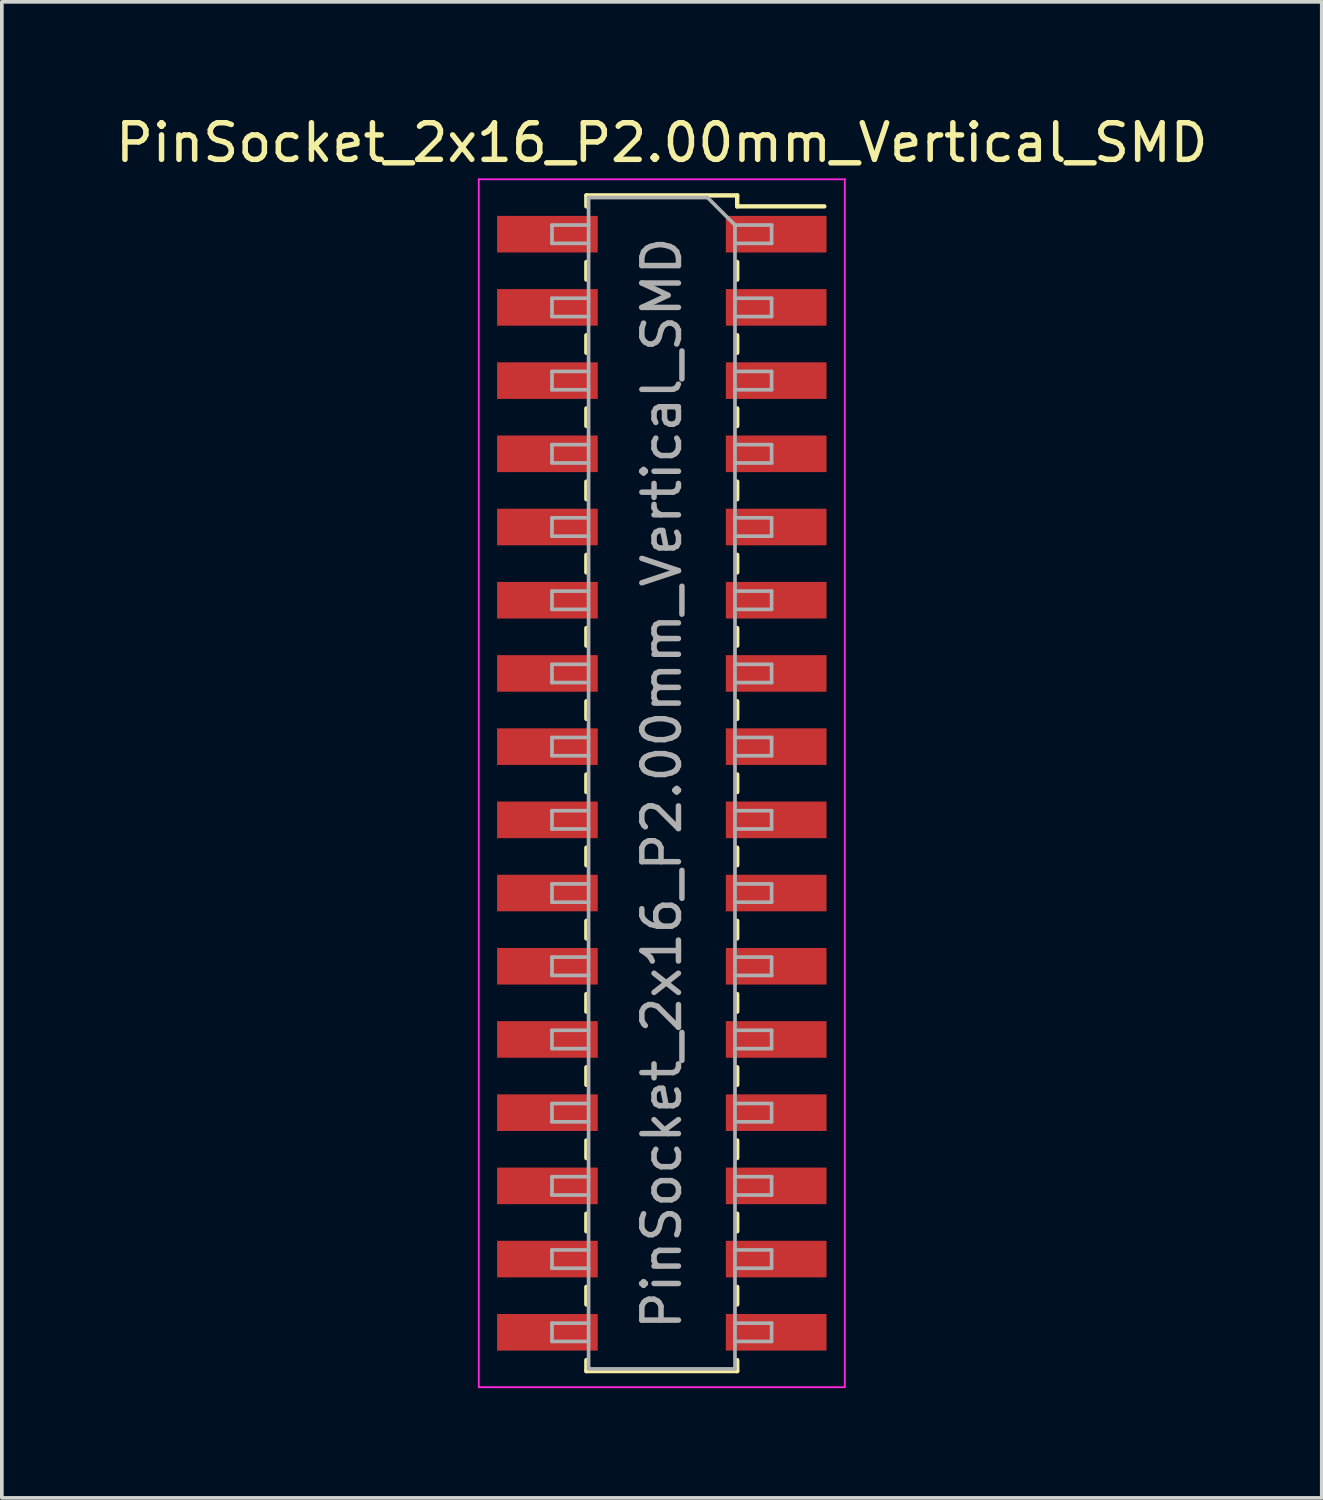
<source format=kicad_pcb>
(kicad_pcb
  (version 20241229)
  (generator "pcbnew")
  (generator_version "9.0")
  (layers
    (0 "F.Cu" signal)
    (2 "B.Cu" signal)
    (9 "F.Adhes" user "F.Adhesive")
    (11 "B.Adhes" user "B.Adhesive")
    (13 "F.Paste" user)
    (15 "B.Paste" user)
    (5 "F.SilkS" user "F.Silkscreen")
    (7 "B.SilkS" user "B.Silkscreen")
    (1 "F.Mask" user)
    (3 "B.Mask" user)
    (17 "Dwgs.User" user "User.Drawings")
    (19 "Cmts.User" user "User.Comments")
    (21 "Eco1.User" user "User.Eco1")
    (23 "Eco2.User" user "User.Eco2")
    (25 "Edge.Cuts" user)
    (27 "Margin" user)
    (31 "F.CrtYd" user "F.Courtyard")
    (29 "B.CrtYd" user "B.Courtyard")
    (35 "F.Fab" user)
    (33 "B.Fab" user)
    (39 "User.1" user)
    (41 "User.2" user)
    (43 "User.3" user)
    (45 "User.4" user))
  (footprint "PinSocket_2x16_P2.00mm_Vertical_SMD"
    (layer "F.Cu")
    (at 15.03 18.348)
    (property "Reference" "PinSocket_2x16_P2.00mm_Vertical_SMD" (at 0 -17.5 0) (layer "F.SilkS") (effects (font (size 1 1) (thickness 0.15))))
    (attr smd)
    (fp_line (start -2.06 -16.06) (end -2.06 -15.76) (stroke (width 0.12) (type solid)) (layer "F.SilkS"))
    (fp_line (start -2.06 -16.06) (end 2.06 -16.06) (stroke (width 0.12) (type solid)) (layer "F.SilkS"))
    (fp_line (start -2.06 -14.24) (end -2.06 -13.76) (stroke (width 0.12) (type solid)) (layer "F.SilkS"))
    (fp_line (start -2.06 -12.24) (end -2.06 -11.76) (stroke (width 0.12) (type solid)) (layer "F.SilkS"))
    (fp_line (start -2.06 -10.24) (end -2.06 -9.76) (stroke (width 0.12) (type solid)) (layer "F.SilkS"))
    (fp_line (start -2.06 -8.24) (end -2.06 -7.76) (stroke (width 0.12) (type solid)) (layer "F.SilkS"))
    (fp_line (start -2.06 -6.24) (end -2.06 -5.76) (stroke (width 0.12) (type solid)) (layer "F.SilkS"))
    (fp_line (start -2.06 -4.24) (end -2.06 -3.76) (stroke (width 0.12) (type solid)) (layer "F.SilkS"))
    (fp_line (start -2.06 -2.24) (end -2.06 -1.76) (stroke (width 0.12) (type solid)) (layer "F.SilkS"))
    (fp_line (start -2.06 -0.24) (end -2.06 0.24) (stroke (width 0.12) (type solid)) (layer "F.SilkS"))
    (fp_line (start -2.06 1.76) (end -2.06 2.24) (stroke (width 0.12) (type solid)) (layer "F.SilkS"))
    (fp_line (start -2.06 3.76) (end -2.06 4.24) (stroke (width 0.12) (type solid)) (layer "F.SilkS"))
    (fp_line (start -2.06 5.76) (end -2.06 6.24) (stroke (width 0.12) (type solid)) (layer "F.SilkS"))
    (fp_line (start -2.06 7.76) (end -2.06 8.24) (stroke (width 0.12) (type solid)) (layer "F.SilkS"))
    (fp_line (start -2.06 9.76) (end -2.06 10.24) (stroke (width 0.12) (type solid)) (layer "F.SilkS"))
    (fp_line (start -2.06 11.76) (end -2.06 12.24) (stroke (width 0.12) (type solid)) (layer "F.SilkS"))
    (fp_line (start -2.06 13.76) (end -2.06 14.24) (stroke (width 0.12) (type solid)) (layer "F.SilkS"))
    (fp_line (start -2.06 15.76) (end -2.06 16.06) (stroke (width 0.12) (type solid)) (layer "F.SilkS"))
    (fp_line (start -2.06 16.06) (end 2.06 16.06) (stroke (width 0.12) (type solid)) (layer "F.SilkS"))
    (fp_line (start 2.06 -16.06) (end 2.06 -15.76) (stroke (width 0.12) (type solid)) (layer "F.SilkS"))
    (fp_line (start 2.06 -15.76) (end 4.44 -15.76) (stroke (width 0.12) (type solid)) (layer "F.SilkS"))
    (fp_line (start 2.06 -14.24) (end 2.06 -13.76) (stroke (width 0.12) (type solid)) (layer "F.SilkS"))
    (fp_line (start 2.06 -12.24) (end 2.06 -11.76) (stroke (width 0.12) (type solid)) (layer "F.SilkS"))
    (fp_line (start 2.06 -10.24) (end 2.06 -9.76) (stroke (width 0.12) (type solid)) (layer "F.SilkS"))
    (fp_line (start 2.06 -8.24) (end 2.06 -7.76) (stroke (width 0.12) (type solid)) (layer "F.SilkS"))
    (fp_line (start 2.06 -6.24) (end 2.06 -5.76) (stroke (width 0.12) (type solid)) (layer "F.SilkS"))
    (fp_line (start 2.06 -4.24) (end 2.06 -3.76) (stroke (width 0.12) (type solid)) (layer "F.SilkS"))
    (fp_line (start 2.06 -2.24) (end 2.06 -1.76) (stroke (width 0.12) (type solid)) (layer "F.SilkS"))
    (fp_line (start 2.06 -0.24) (end 2.06 0.24) (stroke (width 0.12) (type solid)) (layer "F.SilkS"))
    (fp_line (start 2.06 1.76) (end 2.06 2.24) (stroke (width 0.12) (type solid)) (layer "F.SilkS"))
    (fp_line (start 2.06 3.76) (end 2.06 4.24) (stroke (width 0.12) (type solid)) (layer "F.SilkS"))
    (fp_line (start 2.06 5.76) (end 2.06 6.24) (stroke (width 0.12) (type solid)) (layer "F.SilkS"))
    (fp_line (start 2.06 7.76) (end 2.06 8.24) (stroke (width 0.12) (type solid)) (layer "F.SilkS"))
    (fp_line (start 2.06 9.76) (end 2.06 10.24) (stroke (width 0.12) (type solid)) (layer "F.SilkS"))
    (fp_line (start 2.06 11.76) (end 2.06 12.24) (stroke (width 0.12) (type solid)) (layer "F.SilkS"))
    (fp_line (start 2.06 13.76) (end 2.06 14.24) (stroke (width 0.12) (type solid)) (layer "F.SilkS"))
    (fp_line (start 2.06 15.76) (end 2.06 16.06) (stroke (width 0.12) (type solid)) (layer "F.SilkS"))
    (fp_line (start -5 -16.5) (end 5 -16.5) (stroke (width 0.05) (type solid)) (layer "F.CrtYd"))
    (fp_line (start -5 16.5) (end -5 -16.5) (stroke (width 0.05) (type solid)) (layer "F.CrtYd"))
    (fp_line (start 5 -16.5) (end 5 16.5) (stroke (width 0.05) (type solid)) (layer "F.CrtYd"))
    (fp_line (start 5 16.5) (end -5 16.5) (stroke (width 0.05) (type solid)) (layer "F.CrtYd"))
    (fp_line (start -3 -15.25) (end -2 -15.25) (stroke (width 0.1) (type solid)) (layer "F.Fab"))
    (fp_line (start -3 -14.75) (end -3 -15.25) (stroke (width 0.1) (type solid)) (layer "F.Fab"))
    (fp_line (start -3 -13.25) (end -2 -13.25) (stroke (width 0.1) (type solid)) (layer "F.Fab"))
    (fp_line (start -3 -12.75) (end -3 -13.25) (stroke (width 0.1) (type solid)) (layer "F.Fab"))
    (fp_line (start -3 -11.25) (end -2 -11.25) (stroke (width 0.1) (type solid)) (layer "F.Fab"))
    (fp_line (start -3 -10.75) (end -3 -11.25) (stroke (width 0.1) (type solid)) (layer "F.Fab"))
    (fp_line (start -3 -9.25) (end -2 -9.25) (stroke (width 0.1) (type solid)) (layer "F.Fab"))
    (fp_line (start -3 -8.75) (end -3 -9.25) (stroke (width 0.1) (type solid)) (layer "F.Fab"))
    (fp_line (start -3 -7.25) (end -2 -7.25) (stroke (width 0.1) (type solid)) (layer "F.Fab"))
    (fp_line (start -3 -6.75) (end -3 -7.25) (stroke (width 0.1) (type solid)) (layer "F.Fab"))
    (fp_line (start -3 -5.25) (end -2 -5.25) (stroke (width 0.1) (type solid)) (layer "F.Fab"))
    (fp_line (start -3 -4.75) (end -3 -5.25) (stroke (width 0.1) (type solid)) (layer "F.Fab"))
    (fp_line (start -3 -3.25) (end -2 -3.25) (stroke (width 0.1) (type solid)) (layer "F.Fab"))
    (fp_line (start -3 -2.75) (end -3 -3.25) (stroke (width 0.1) (type solid)) (layer "F.Fab"))
    (fp_line (start -3 -1.25) (end -2 -1.25) (stroke (width 0.1) (type solid)) (layer "F.Fab"))
    (fp_line (start -3 -0.75) (end -3 -1.25) (stroke (width 0.1) (type solid)) (layer "F.Fab"))
    (fp_line (start -3 0.75) (end -2 0.75) (stroke (width 0.1) (type solid)) (layer "F.Fab"))
    (fp_line (start -3 1.25) (end -3 0.75) (stroke (width 0.1) (type solid)) (layer "F.Fab"))
    (fp_line (start -3 2.75) (end -2 2.75) (stroke (width 0.1) (type solid)) (layer "F.Fab"))
    (fp_line (start -3 3.25) (end -3 2.75) (stroke (width 0.1) (type solid)) (layer "F.Fab"))
    (fp_line (start -3 4.75) (end -2 4.75) (stroke (width 0.1) (type solid)) (layer "F.Fab"))
    (fp_line (start -3 5.25) (end -3 4.75) (stroke (width 0.1) (type solid)) (layer "F.Fab"))
    (fp_line (start -3 6.75) (end -2 6.75) (stroke (width 0.1) (type solid)) (layer "F.Fab"))
    (fp_line (start -3 7.25) (end -3 6.75) (stroke (width 0.1) (type solid)) (layer "F.Fab"))
    (fp_line (start -3 8.75) (end -2 8.75) (stroke (width 0.1) (type solid)) (layer "F.Fab"))
    (fp_line (start -3 9.25) (end -3 8.75) (stroke (width 0.1) (type solid)) (layer "F.Fab"))
    (fp_line (start -3 10.75) (end -2 10.75) (stroke (width 0.1) (type solid)) (layer "F.Fab"))
    (fp_line (start -3 11.25) (end -3 10.75) (stroke (width 0.1) (type solid)) (layer "F.Fab"))
    (fp_line (start -3 12.75) (end -2 12.75) (stroke (width 0.1) (type solid)) (layer "F.Fab"))
    (fp_line (start -3 13.25) (end -3 12.75) (stroke (width 0.1) (type solid)) (layer "F.Fab"))
    (fp_line (start -3 14.75) (end -2 14.75) (stroke (width 0.1) (type solid)) (layer "F.Fab"))
    (fp_line (start -3 15.25) (end -3 14.75) (stroke (width 0.1) (type solid)) (layer "F.Fab"))
    (fp_line (start -2 -16) (end 1.25 -16) (stroke (width 0.1) (type solid)) (layer "F.Fab"))
    (fp_line (start -2 -14.75) (end -3 -14.75) (stroke (width 0.1) (type solid)) (layer "F.Fab"))
    (fp_line (start -2 -12.75) (end -3 -12.75) (stroke (width 0.1) (type solid)) (layer "F.Fab"))
    (fp_line (start -2 -10.75) (end -3 -10.75) (stroke (width 0.1) (type solid)) (layer "F.Fab"))
    (fp_line (start -2 -8.75) (end -3 -8.75) (stroke (width 0.1) (type solid)) (layer "F.Fab"))
    (fp_line (start -2 -6.75) (end -3 -6.75) (stroke (width 0.1) (type solid)) (layer "F.Fab"))
    (fp_line (start -2 -4.75) (end -3 -4.75) (stroke (width 0.1) (type solid)) (layer "F.Fab"))
    (fp_line (start -2 -2.75) (end -3 -2.75) (stroke (width 0.1) (type solid)) (layer "F.Fab"))
    (fp_line (start -2 -0.75) (end -3 -0.75) (stroke (width 0.1) (type solid)) (layer "F.Fab"))
    (fp_line (start -2 1.25) (end -3 1.25) (stroke (width 0.1) (type solid)) (layer "F.Fab"))
    (fp_line (start -2 3.25) (end -3 3.25) (stroke (width 0.1) (type solid)) (layer "F.Fab"))
    (fp_line (start -2 5.25) (end -3 5.25) (stroke (width 0.1) (type solid)) (layer "F.Fab"))
    (fp_line (start -2 7.25) (end -3 7.25) (stroke (width 0.1) (type solid)) (layer "F.Fab"))
    (fp_line (start -2 9.25) (end -3 9.25) (stroke (width 0.1) (type solid)) (layer "F.Fab"))
    (fp_line (start -2 11.25) (end -3 11.25) (stroke (width 0.1) (type solid)) (layer "F.Fab"))
    (fp_line (start -2 13.25) (end -3 13.25) (stroke (width 0.1) (type solid)) (layer "F.Fab"))
    (fp_line (start -2 15.25) (end -3 15.25) (stroke (width 0.1) (type solid)) (layer "F.Fab"))
    (fp_line (start -2 16) (end -2 -16) (stroke (width 0.1) (type solid)) (layer "F.Fab"))
    (fp_line (start 1.25 -16) (end 2 -15.25) (stroke (width 0.1) (type solid)) (layer "F.Fab"))
    (fp_line (start 2 -15.25) (end 2 16) (stroke (width 0.1) (type solid)) (layer "F.Fab"))
    (fp_line (start 2 -15.25) (end 3 -15.25) (stroke (width 0.1) (type solid)) (layer "F.Fab"))
    (fp_line (start 2 -13.25) (end 3 -13.25) (stroke (width 0.1) (type solid)) (layer "F.Fab"))
    (fp_line (start 2 -11.25) (end 3 -11.25) (stroke (width 0.1) (type solid)) (layer "F.Fab"))
    (fp_line (start 2 -9.25) (end 3 -9.25) (stroke (width 0.1) (type solid)) (layer "F.Fab"))
    (fp_line (start 2 -7.25) (end 3 -7.25) (stroke (width 0.1) (type solid)) (layer "F.Fab"))
    (fp_line (start 2 -5.25) (end 3 -5.25) (stroke (width 0.1) (type solid)) (layer "F.Fab"))
    (fp_line (start 2 -3.25) (end 3 -3.25) (stroke (width 0.1) (type solid)) (layer "F.Fab"))
    (fp_line (start 2 -1.25) (end 3 -1.25) (stroke (width 0.1) (type solid)) (layer "F.Fab"))
    (fp_line (start 2 0.75) (end 3 0.75) (stroke (width 0.1) (type solid)) (layer "F.Fab"))
    (fp_line (start 2 2.75) (end 3 2.75) (stroke (width 0.1) (type solid)) (layer "F.Fab"))
    (fp_line (start 2 4.75) (end 3 4.75) (stroke (width 0.1) (type solid)) (layer "F.Fab"))
    (fp_line (start 2 6.75) (end 3 6.75) (stroke (width 0.1) (type solid)) (layer "F.Fab"))
    (fp_line (start 2 8.75) (end 3 8.75) (stroke (width 0.1) (type solid)) (layer "F.Fab"))
    (fp_line (start 2 10.75) (end 3 10.75) (stroke (width 0.1) (type solid)) (layer "F.Fab"))
    (fp_line (start 2 12.75) (end 3 12.75) (stroke (width 0.1) (type solid)) (layer "F.Fab"))
    (fp_line (start 2 14.75) (end 3 14.75) (stroke (width 0.1) (type solid)) (layer "F.Fab"))
    (fp_line (start 2 16) (end -2 16) (stroke (width 0.1) (type solid)) (layer "F.Fab"))
    (fp_line (start 3 -15.25) (end 3 -14.75) (stroke (width 0.1) (type solid)) (layer "F.Fab"))
    (fp_line (start 3 -14.75) (end 2 -14.75) (stroke (width 0.1) (type solid)) (layer "F.Fab"))
    (fp_line (start 3 -13.25) (end 3 -12.75) (stroke (width 0.1) (type solid)) (layer "F.Fab"))
    (fp_line (start 3 -12.75) (end 2 -12.75) (stroke (width 0.1) (type solid)) (layer "F.Fab"))
    (fp_line (start 3 -11.25) (end 3 -10.75) (stroke (width 0.1) (type solid)) (layer "F.Fab"))
    (fp_line (start 3 -10.75) (end 2 -10.75) (stroke (width 0.1) (type solid)) (layer "F.Fab"))
    (fp_line (start 3 -9.25) (end 3 -8.75) (stroke (width 0.1) (type solid)) (layer "F.Fab"))
    (fp_line (start 3 -8.75) (end 2 -8.75) (stroke (width 0.1) (type solid)) (layer "F.Fab"))
    (fp_line (start 3 -7.25) (end 3 -6.75) (stroke (width 0.1) (type solid)) (layer "F.Fab"))
    (fp_line (start 3 -6.75) (end 2 -6.75) (stroke (width 0.1) (type solid)) (layer "F.Fab"))
    (fp_line (start 3 -5.25) (end 3 -4.75) (stroke (width 0.1) (type solid)) (layer "F.Fab"))
    (fp_line (start 3 -4.75) (end 2 -4.75) (stroke (width 0.1) (type solid)) (layer "F.Fab"))
    (fp_line (start 3 -3.25) (end 3 -2.75) (stroke (width 0.1) (type solid)) (layer "F.Fab"))
    (fp_line (start 3 -2.75) (end 2 -2.75) (stroke (width 0.1) (type solid)) (layer "F.Fab"))
    (fp_line (start 3 -1.25) (end 3 -0.75) (stroke (width 0.1) (type solid)) (layer "F.Fab"))
    (fp_line (start 3 -0.75) (end 2 -0.75) (stroke (width 0.1) (type solid)) (layer "F.Fab"))
    (fp_line (start 3 0.75) (end 3 1.25) (stroke (width 0.1) (type solid)) (layer "F.Fab"))
    (fp_line (start 3 1.25) (end 2 1.25) (stroke (width 0.1) (type solid)) (layer "F.Fab"))
    (fp_line (start 3 2.75) (end 3 3.25) (stroke (width 0.1) (type solid)) (layer "F.Fab"))
    (fp_line (start 3 3.25) (end 2 3.25) (stroke (width 0.1) (type solid)) (layer "F.Fab"))
    (fp_line (start 3 4.75) (end 3 5.25) (stroke (width 0.1) (type solid)) (layer "F.Fab"))
    (fp_line (start 3 5.25) (end 2 5.25) (stroke (width 0.1) (type solid)) (layer "F.Fab"))
    (fp_line (start 3 6.75) (end 3 7.25) (stroke (width 0.1) (type solid)) (layer "F.Fab"))
    (fp_line (start 3 7.25) (end 2 7.25) (stroke (width 0.1) (type solid)) (layer "F.Fab"))
    (fp_line (start 3 8.75) (end 3 9.25) (stroke (width 0.1) (type solid)) (layer "F.Fab"))
    (fp_line (start 3 9.25) (end 2 9.25) (stroke (width 0.1) (type solid)) (layer "F.Fab"))
    (fp_line (start 3 10.75) (end 3 11.25) (stroke (width 0.1) (type solid)) (layer "F.Fab"))
    (fp_line (start 3 11.25) (end 2 11.25) (stroke (width 0.1) (type solid)) (layer "F.Fab"))
    (fp_line (start 3 12.75) (end 3 13.25) (stroke (width 0.1) (type solid)) (layer "F.Fab"))
    (fp_line (start 3 13.25) (end 2 13.25) (stroke (width 0.1) (type solid)) (layer "F.Fab"))
    (fp_line (start 3 14.75) (end 3 15.25) (stroke (width 0.1) (type solid)) (layer "F.Fab"))
    (fp_line (start 3 15.25) (end 2 15.25) (stroke (width 0.1) (type solid)) (layer "F.Fab"))
    (fp_text user "${REFERENCE}" (at 0 0 90) (layer "F.Fab") (effects (font (size 1 1) (thickness 0.15))))
    (pad "1" smd rect (at 3.125 -15) (size 2.75 1) (layers "F.Cu" "F.Mask" "F.Paste"))
    (pad "2" smd rect (at -3.125 -15) (size 2.75 1) (layers "F.Cu" "F.Mask" "F.Paste"))
    (pad "3" smd rect (at 3.125 -13) (size 2.75 1) (layers "F.Cu" "F.Mask" "F.Paste"))
    (pad "4" smd rect (at -3.125 -13) (size 2.75 1) (layers "F.Cu" "F.Mask" "F.Paste"))
    (pad "5" smd rect (at 3.125 -11) (size 2.75 1) (layers "F.Cu" "F.Mask" "F.Paste"))
    (pad "6" smd rect (at -3.125 -11) (size 2.75 1) (layers "F.Cu" "F.Mask" "F.Paste"))
    (pad "7" smd rect (at 3.125 -9) (size 2.75 1) (layers "F.Cu" "F.Mask" "F.Paste"))
    (pad "8" smd rect (at -3.125 -9) (size 2.75 1) (layers "F.Cu" "F.Mask" "F.Paste"))
    (pad "9" smd rect (at 3.125 -7) (size 2.75 1) (layers "F.Cu" "F.Mask" "F.Paste"))
    (pad "10" smd rect (at -3.125 -7) (size 2.75 1) (layers "F.Cu" "F.Mask" "F.Paste"))
    (pad "11" smd rect (at 3.125 -5) (size 2.75 1) (layers "F.Cu" "F.Mask" "F.Paste"))
    (pad "12" smd rect (at -3.125 -5) (size 2.75 1) (layers "F.Cu" "F.Mask" "F.Paste"))
    (pad "13" smd rect (at 3.125 -3) (size 2.75 1) (layers "F.Cu" "F.Mask" "F.Paste"))
    (pad "14" smd rect (at -3.125 -3) (size 2.75 1) (layers "F.Cu" "F.Mask" "F.Paste"))
    (pad "15" smd rect (at 3.125 -1) (size 2.75 1) (layers "F.Cu" "F.Mask" "F.Paste"))
    (pad "16" smd rect (at -3.125 -1) (size 2.75 1) (layers "F.Cu" "F.Mask" "F.Paste"))
    (pad "17" smd rect (at 3.125 1) (size 2.75 1) (layers "F.Cu" "F.Mask" "F.Paste"))
    (pad "18" smd rect (at -3.125 1) (size 2.75 1) (layers "F.Cu" "F.Mask" "F.Paste"))
    (pad "19" smd rect (at 3.125 3) (size 2.75 1) (layers "F.Cu" "F.Mask" "F.Paste"))
    (pad "20" smd rect (at -3.125 3) (size 2.75 1) (layers "F.Cu" "F.Mask" "F.Paste"))
    (pad "21" smd rect (at 3.125 5) (size 2.75 1) (layers "F.Cu" "F.Mask" "F.Paste"))
    (pad "22" smd rect (at -3.125 5) (size 2.75 1) (layers "F.Cu" "F.Mask" "F.Paste"))
    (pad "23" smd rect (at 3.125 7) (size 2.75 1) (layers "F.Cu" "F.Mask" "F.Paste"))
    (pad "24" smd rect (at -3.125 7) (size 2.75 1) (layers "F.Cu" "F.Mask" "F.Paste"))
    (pad "25" smd rect (at 3.125 9) (size 2.75 1) (layers "F.Cu" "F.Mask" "F.Paste"))
    (pad "26" smd rect (at -3.125 9) (size 2.75 1) (layers "F.Cu" "F.Mask" "F.Paste"))
    (pad "27" smd rect (at 3.125 11) (size 2.75 1) (layers "F.Cu" "F.Mask" "F.Paste"))
    (pad "28" smd rect (at -3.125 11) (size 2.75 1) (layers "F.Cu" "F.Mask" "F.Paste"))
    (pad "29" smd rect (at 3.125 13) (size 2.75 1) (layers "F.Cu" "F.Mask" "F.Paste"))
    (pad "30" smd rect (at -3.125 13) (size 2.75 1) (layers "F.Cu" "F.Mask" "F.Paste"))
    (pad "31" smd rect (at 3.125 15) (size 2.75 1) (layers "F.Cu" "F.Mask" "F.Paste"))
    (pad "32" smd rect (at -3.125 15) (size 2.75 1) (layers "F.Cu" "F.Mask" "F.Paste")))
  (gr_rect
    (start -3 -3)
    (end 33.06 37.873)
    (stroke (width 0.1) (type default))
    (fill no)
    (layer "Edge.Cuts")))
</source>
